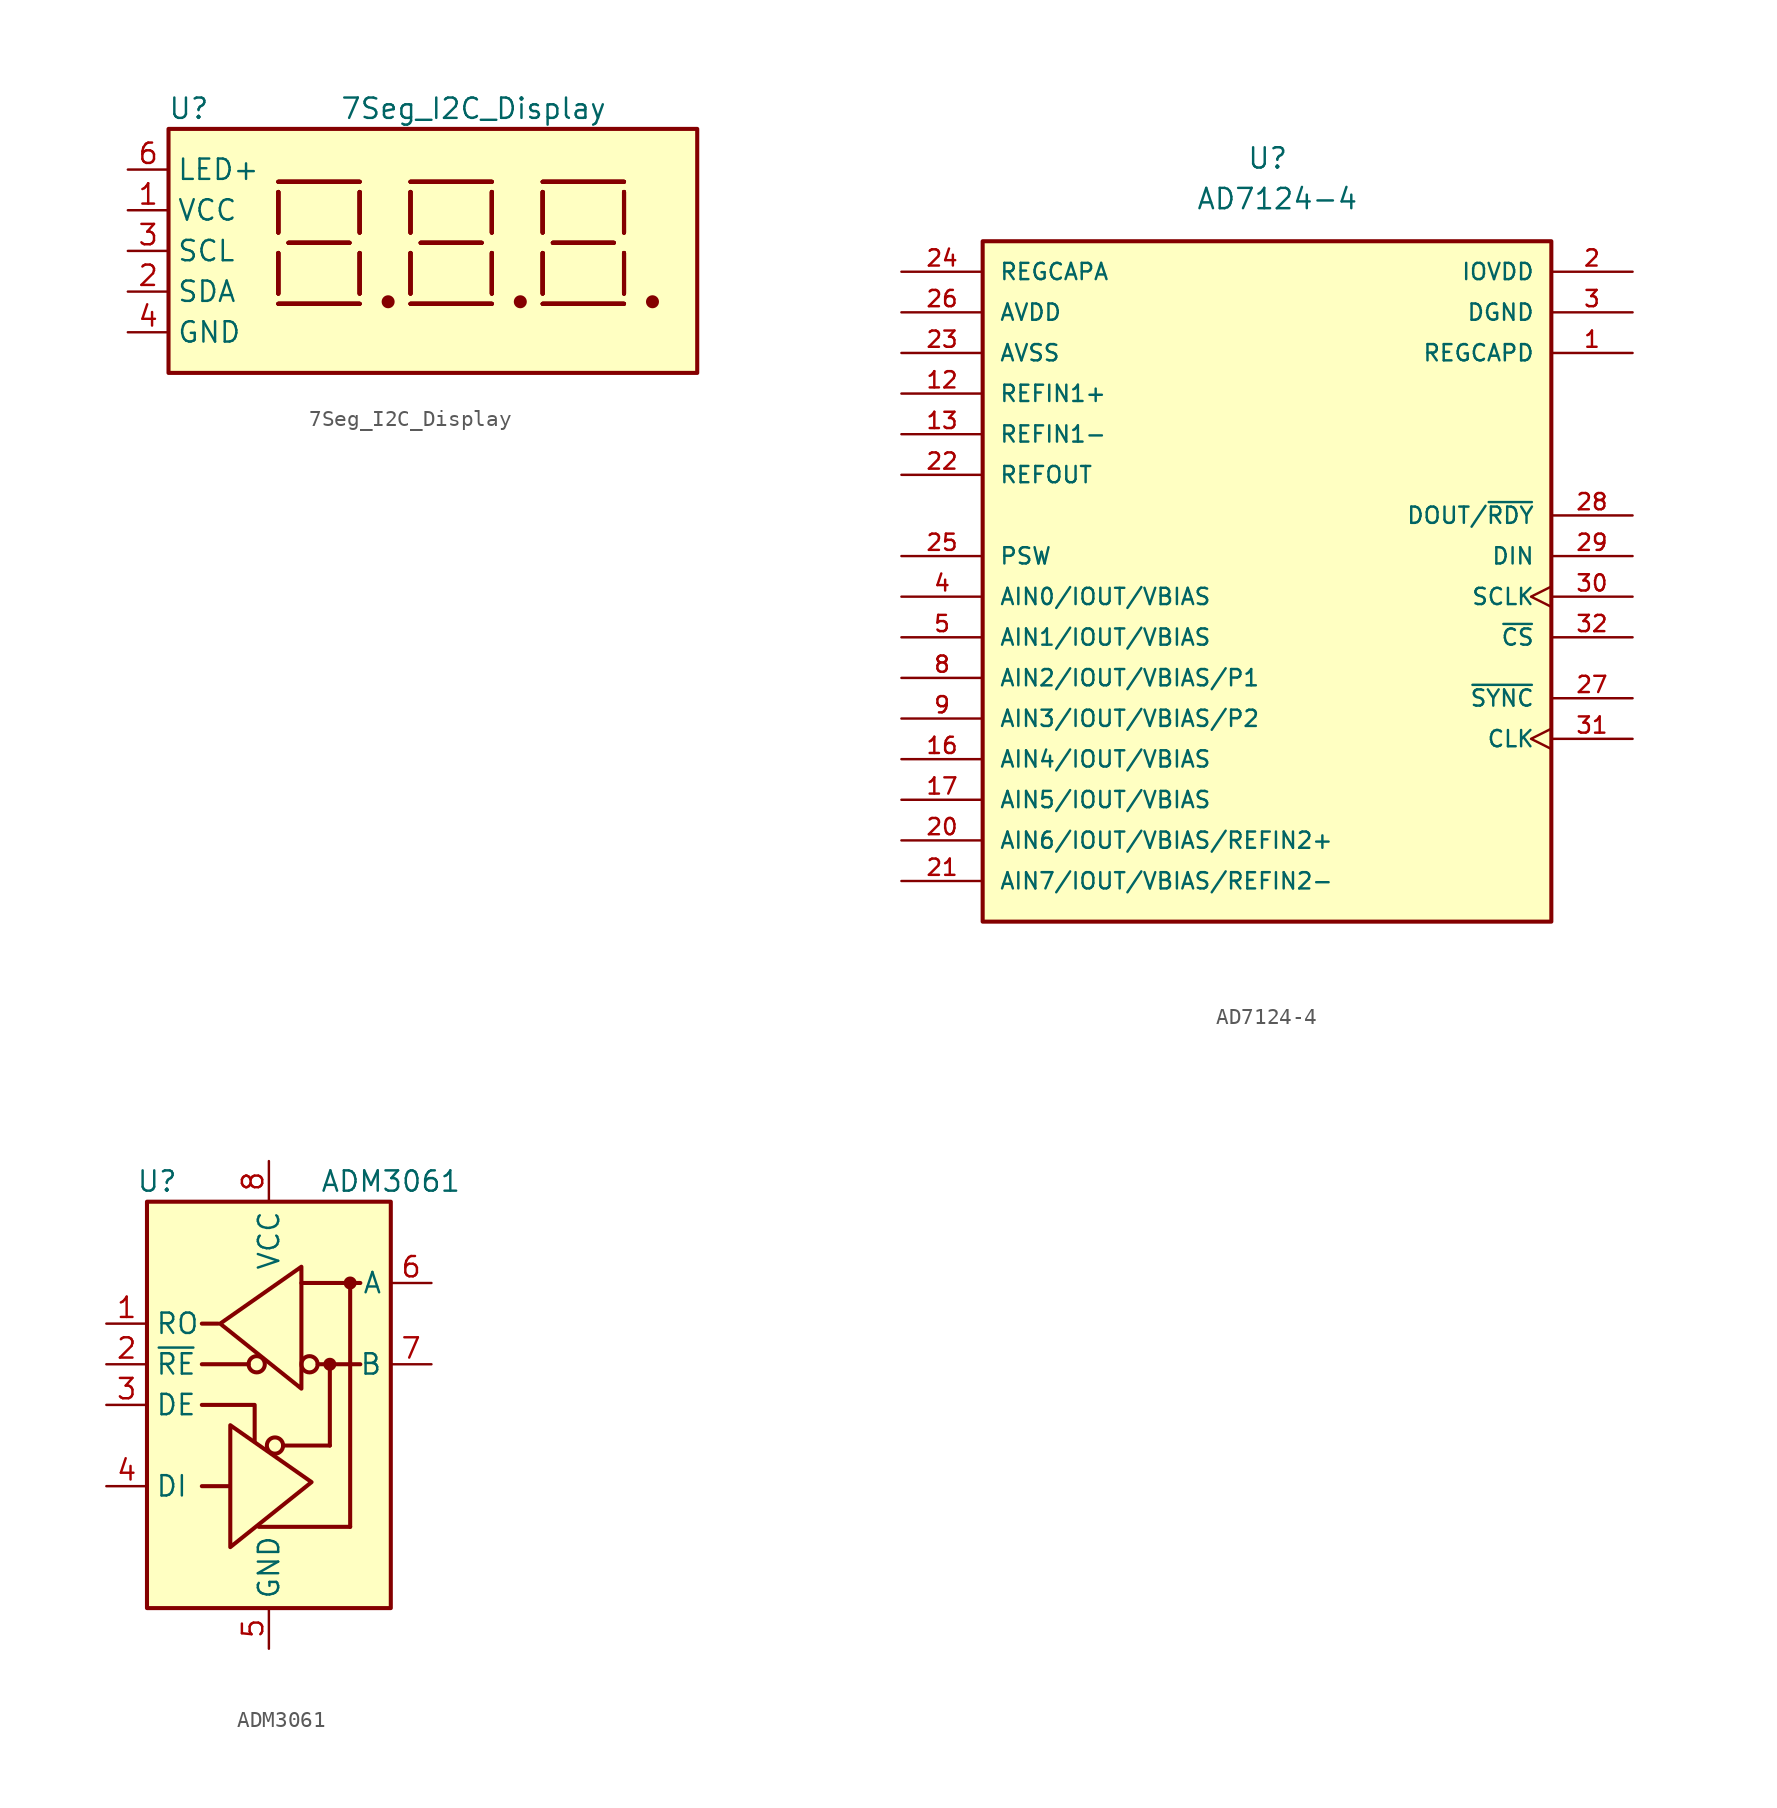
<source format=kicad_sym>
(kicad_symbol_lib
  (version 20211014)
  (generator kicad_symbol_editor)
  (symbol "ownLib:7Seg_I2C_Display"
    (property "Reference" "U"
      (at -11.43 8.89 0)
      (effects (font (size 1.27 1.27))))
    (property "Value" "7Seg_I2C_Display"
      (at 6.35 8.89 0)
      (effects (font (size 1.27 1.27))))
    (symbol "7Seg_I2C_Display_0_1"
      (rectangle (start -12.7 7.62) (end 20.32 -7.62) (stroke (width 0.254) (type default) (color 0 0 0 0)) (fill (type background)))
      (polyline (pts (xy -5.842 -3.302) (xy -0.762 -3.302)) (stroke (width 0.254) (type default) (color 0 0 0 0)) (fill (type none)))
      (polyline (pts (xy -5.842 -3.302) (xy -0.762 -3.302)) (stroke (width 0.254) (type default) (color 0 0 0 0)) (fill (type none)))
      (polyline (pts (xy -5.842 -3.302) (xy -0.762 -3.302)) (stroke (width 0.254) (type default) (color 0 0 0 0)) (fill (type none)))
      (polyline (pts (xy -5.842 -3.302) (xy -0.762 -3.302)) (stroke (width 0.254) (type default) (color 0 0 0 0)) (fill (type none)))
      (polyline (pts (xy -5.842 -2.667) (xy -5.842 -0.127)) (stroke (width 0.254) (type default) (color 0 0 0 0)) (fill (type none)))
      (polyline (pts (xy -5.842 -2.667) (xy -5.842 -0.127)) (stroke (width 0.254) (type default) (color 0 0 0 0)) (fill (type none)))
      (polyline (pts (xy -5.842 -2.667) (xy -5.842 -0.127)) (stroke (width 0.254) (type default) (color 0 0 0 0)) (fill (type none)))
      (polyline (pts (xy -5.842 -2.667) (xy -5.842 -0.127)) (stroke (width 0.254) (type default) (color 0 0 0 0)) (fill (type none)))
      (polyline (pts (xy -5.842 1.143) (xy -5.842 3.683)) (stroke (width 0.254) (type default) (color 0 0 0 0)) (fill (type none)))
      (polyline (pts (xy -5.842 1.143) (xy -5.842 3.683)) (stroke (width 0.254) (type default) (color 0 0 0 0)) (fill (type none)))
      (polyline (pts (xy -5.842 1.143) (xy -5.842 3.683)) (stroke (width 0.254) (type default) (color 0 0 0 0)) (fill (type none)))
      (polyline (pts (xy -5.842 1.143) (xy -5.842 3.683)) (stroke (width 0.254) (type default) (color 0 0 0 0)) (fill (type none)))
      (polyline (pts (xy -5.842 4.318) (xy -0.762 4.318)) (stroke (width 0.254) (type default) (color 0 0 0 0)) (fill (type none)))
      (polyline (pts (xy -5.842 4.318) (xy -0.762 4.318)) (stroke (width 0.254) (type default) (color 0 0 0 0)) (fill (type none)))
      (polyline (pts (xy -5.842 4.318) (xy -0.762 4.318)) (stroke (width 0.254) (type default) (color 0 0 0 0)) (fill (type none)))
      (polyline (pts (xy -5.842 4.318) (xy -0.762 4.318)) (stroke (width 0.254) (type default) (color 0 0 0 0)) (fill (type none)))
      (polyline (pts (xy -5.207 0.508) (xy -1.397 0.508)) (stroke (width 0.254) (type default) (color 0 0 0 0)) (fill (type none)))
      (polyline (pts (xy -5.207 0.508) (xy -1.397 0.508)) (stroke (width 0.254) (type default) (color 0 0 0 0)) (fill (type none)))
      (polyline (pts (xy -5.207 0.508) (xy -1.397 0.508)) (stroke (width 0.254) (type default) (color 0 0 0 0)) (fill (type none)))
      (polyline (pts (xy -5.207 0.508) (xy -1.397 0.508)) (stroke (width 0.254) (type default) (color 0 0 0 0)) (fill (type none)))
      (polyline (pts (xy -0.762 -2.667) (xy -0.762 -0.127)) (stroke (width 0.254) (type default) (color 0 0 0 0)) (fill (type none)))
      (polyline (pts (xy -0.762 -2.667) (xy -0.762 -0.127)) (stroke (width 0.254) (type default) (color 0 0 0 0)) (fill (type none)))
      (polyline (pts (xy -0.762 -2.667) (xy -0.762 -0.127)) (stroke (width 0.254) (type default) (color 0 0 0 0)) (fill (type none)))
      (polyline (pts (xy -0.762 -2.667) (xy -0.762 -0.127)) (stroke (width 0.254) (type default) (color 0 0 0 0)) (fill (type none)))
      (polyline (pts (xy -0.762 3.683) (xy -0.762 1.143)) (stroke (width 0.254) (type default) (color 0 0 0 0)) (fill (type none)))
      (polyline (pts (xy -0.762 3.683) (xy -0.762 1.143)) (stroke (width 0.254) (type default) (color 0 0 0 0)) (fill (type none)))
      (polyline (pts (xy -0.762 3.683) (xy -0.762 1.143)) (stroke (width 0.254) (type default) (color 0 0 0 0)) (fill (type none)))
      (polyline (pts (xy -0.762 3.683) (xy -0.762 1.143)) (stroke (width 0.254) (type default) (color 0 0 0 0)) (fill (type none)))
      (circle (center 1.016 -3.175) (radius 0.279) (stroke (width 0.254) (type default) (color 0 0 0 0)) (fill (type outline))))
    (symbol "7Seg_I2C_Display_1_1"
      (polyline (pts (xy 2.413 -3.302) (xy 7.493 -3.302)) (stroke (width 0.254) (type default) (color 0 0 0 0)) (fill (type none)))
      (polyline (pts (xy 2.413 -3.302) (xy 7.493 -3.302)) (stroke (width 0.254) (type default) (color 0 0 0 0)) (fill (type none)))
      (polyline (pts (xy 2.413 -3.302) (xy 7.493 -3.302)) (stroke (width 0.254) (type default) (color 0 0 0 0)) (fill (type none)))
      (polyline (pts (xy 2.413 -3.302) (xy 7.493 -3.302)) (stroke (width 0.254) (type default) (color 0 0 0 0)) (fill (type none)))
      (polyline (pts (xy 2.413 -2.667) (xy 2.413 -0.127)) (stroke (width 0.254) (type default) (color 0 0 0 0)) (fill (type none)))
      (polyline (pts (xy 2.413 -2.667) (xy 2.413 -0.127)) (stroke (width 0.254) (type default) (color 0 0 0 0)) (fill (type none)))
      (polyline (pts (xy 2.413 -2.667) (xy 2.413 -0.127)) (stroke (width 0.254) (type default) (color 0 0 0 0)) (fill (type none)))
      (polyline (pts (xy 2.413 -2.667) (xy 2.413 -0.127)) (stroke (width 0.254) (type default) (color 0 0 0 0)) (fill (type none)))
      (polyline (pts (xy 2.413 1.143) (xy 2.413 3.683)) (stroke (width 0.254) (type default) (color 0 0 0 0)) (fill (type none)))
      (polyline (pts (xy 2.413 1.143) (xy 2.413 3.683)) (stroke (width 0.254) (type default) (color 0 0 0 0)) (fill (type none)))
      (polyline (pts (xy 2.413 1.143) (xy 2.413 3.683)) (stroke (width 0.254) (type default) (color 0 0 0 0)) (fill (type none)))
      (polyline (pts (xy 2.413 1.143) (xy 2.413 3.683)) (stroke (width 0.254) (type default) (color 0 0 0 0)) (fill (type none)))
      (polyline (pts (xy 2.413 4.318) (xy 7.493 4.318)) (stroke (width 0.254) (type default) (color 0 0 0 0)) (fill (type none)))
      (polyline (pts (xy 2.413 4.318) (xy 7.493 4.318)) (stroke (width 0.254) (type default) (color 0 0 0 0)) (fill (type none)))
      (polyline (pts (xy 2.413 4.318) (xy 7.493 4.318)) (stroke (width 0.254) (type default) (color 0 0 0 0)) (fill (type none)))
      (polyline (pts (xy 2.413 4.318) (xy 7.493 4.318)) (stroke (width 0.254) (type default) (color 0 0 0 0)) (fill (type none)))
      (polyline (pts (xy 3.048 0.508) (xy 6.858 0.508)) (stroke (width 0.254) (type default) (color 0 0 0 0)) (fill (type none)))
      (polyline (pts (xy 3.048 0.508) (xy 6.858 0.508)) (stroke (width 0.254) (type default) (color 0 0 0 0)) (fill (type none)))
      (polyline (pts (xy 3.048 0.508) (xy 6.858 0.508)) (stroke (width 0.254) (type default) (color 0 0 0 0)) (fill (type none)))
      (polyline (pts (xy 3.048 0.508) (xy 6.858 0.508)) (stroke (width 0.254) (type default) (color 0 0 0 0)) (fill (type none)))
      (polyline (pts (xy 7.493 -2.667) (xy 7.493 -0.127)) (stroke (width 0.254) (type default) (color 0 0 0 0)) (fill (type none)))
      (polyline (pts (xy 7.493 -2.667) (xy 7.493 -0.127)) (stroke (width 0.254) (type default) (color 0 0 0 0)) (fill (type none)))
      (polyline (pts (xy 7.493 -2.667) (xy 7.493 -0.127)) (stroke (width 0.254) (type default) (color 0 0 0 0)) (fill (type none)))
      (polyline (pts (xy 7.493 -2.667) (xy 7.493 -0.127)) (stroke (width 0.254) (type default) (color 0 0 0 0)) (fill (type none)))
      (polyline (pts (xy 7.493 3.683) (xy 7.493 1.143)) (stroke (width 0.254) (type default) (color 0 0 0 0)) (fill (type none)))
      (polyline (pts (xy 7.493 3.683) (xy 7.493 1.143)) (stroke (width 0.254) (type default) (color 0 0 0 0)) (fill (type none)))
      (polyline (pts (xy 7.493 3.683) (xy 7.493 1.143)) (stroke (width 0.254) (type default) (color 0 0 0 0)) (fill (type none)))
      (polyline (pts (xy 7.493 3.683) (xy 7.493 1.143)) (stroke (width 0.254) (type default) (color 0 0 0 0)) (fill (type none)))
      (polyline (pts (xy 10.668 -3.302) (xy 15.748 -3.302)) (stroke (width 0.254) (type default) (color 0 0 0 0)) (fill (type none)))
      (polyline (pts (xy 10.668 -3.302) (xy 15.748 -3.302)) (stroke (width 0.254) (type default) (color 0 0 0 0)) (fill (type none)))
      (polyline (pts (xy 10.668 -3.302) (xy 15.748 -3.302)) (stroke (width 0.254) (type default) (color 0 0 0 0)) (fill (type none)))
      (polyline (pts (xy 10.668 -3.302) (xy 15.748 -3.302)) (stroke (width 0.254) (type default) (color 0 0 0 0)) (fill (type none)))
      (polyline (pts (xy 10.668 -2.667) (xy 10.668 -0.127)) (stroke (width 0.254) (type default) (color 0 0 0 0)) (fill (type none)))
      (polyline (pts (xy 10.668 -2.667) (xy 10.668 -0.127)) (stroke (width 0.254) (type default) (color 0 0 0 0)) (fill (type none)))
      (polyline (pts (xy 10.668 -2.667) (xy 10.668 -0.127)) (stroke (width 0.254) (type default) (color 0 0 0 0)) (fill (type none)))
      (polyline (pts (xy 10.668 -2.667) (xy 10.668 -0.127)) (stroke (width 0.254) (type default) (color 0 0 0 0)) (fill (type none)))
      (polyline (pts (xy 10.668 1.143) (xy 10.668 3.683)) (stroke (width 0.254) (type default) (color 0 0 0 0)) (fill (type none)))
      (polyline (pts (xy 10.668 1.143) (xy 10.668 3.683)) (stroke (width 0.254) (type default) (color 0 0 0 0)) (fill (type none)))
      (polyline (pts (xy 10.668 1.143) (xy 10.668 3.683)) (stroke (width 0.254) (type default) (color 0 0 0 0)) (fill (type none)))
      (polyline (pts (xy 10.668 1.143) (xy 10.668 3.683)) (stroke (width 0.254) (type default) (color 0 0 0 0)) (fill (type none)))
      (polyline (pts (xy 10.668 4.318) (xy 15.748 4.318)) (stroke (width 0.254) (type default) (color 0 0 0 0)) (fill (type none)))
      (polyline (pts (xy 10.668 4.318) (xy 15.748 4.318)) (stroke (width 0.254) (type default) (color 0 0 0 0)) (fill (type none)))
      (polyline (pts (xy 10.668 4.318) (xy 15.748 4.318)) (stroke (width 0.254) (type default) (color 0 0 0 0)) (fill (type none)))
      (polyline (pts (xy 10.668 4.318) (xy 15.748 4.318)) (stroke (width 0.254) (type default) (color 0 0 0 0)) (fill (type none)))
      (polyline (pts (xy 11.303 0.508) (xy 15.113 0.508)) (stroke (width 0.254) (type default) (color 0 0 0 0)) (fill (type none)))
      (polyline (pts (xy 11.303 0.508) (xy 15.113 0.508)) (stroke (width 0.254) (type default) (color 0 0 0 0)) (fill (type none)))
      (polyline (pts (xy 11.303 0.508) (xy 15.113 0.508)) (stroke (width 0.254) (type default) (color 0 0 0 0)) (fill (type none)))
      (polyline (pts (xy 11.303 0.508) (xy 15.113 0.508)) (stroke (width 0.254) (type default) (color 0 0 0 0)) (fill (type none)))
      (polyline (pts (xy 15.748 -2.667) (xy 15.748 -0.127)) (stroke (width 0.254) (type default) (color 0 0 0 0)) (fill (type none)))
      (polyline (pts (xy 15.748 -2.667) (xy 15.748 -0.127)) (stroke (width 0.254) (type default) (color 0 0 0 0)) (fill (type none)))
      (polyline (pts (xy 15.748 -2.667) (xy 15.748 -0.127)) (stroke (width 0.254) (type default) (color 0 0 0 0)) (fill (type none)))
      (polyline (pts (xy 15.748 -2.667) (xy 15.748 -0.127)) (stroke (width 0.254) (type default) (color 0 0 0 0)) (fill (type none)))
      (polyline (pts (xy 15.748 3.683) (xy 15.748 1.143)) (stroke (width 0.254) (type default) (color 0 0 0 0)) (fill (type none)))
      (polyline (pts (xy 15.748 3.683) (xy 15.748 1.143)) (stroke (width 0.254) (type default) (color 0 0 0 0)) (fill (type none)))
      (polyline (pts (xy 15.748 3.683) (xy 15.748 1.143)) (stroke (width 0.254) (type default) (color 0 0 0 0)) (fill (type none)))
      (polyline (pts (xy 15.748 3.683) (xy 15.748 1.143)) (stroke (width 0.254) (type default) (color 0 0 0 0)) (fill (type none)))
      (circle (center 9.271 -3.175) (radius 0.279) (stroke (width 0.254) (type default) (color 0 0 0 0)) (fill (type outline)))
      (circle (center 17.526 -3.175) (radius 0.279) (stroke (width 0.254) (type default) (color 0 0 0 0)) (fill (type outline)))
      (pin power_in line (at -15.24 2.54 0) (length 2.54) (name "VCC" (effects (font (size 1.27 1.27)))) (number "1" (effects (font (size 1.27 1.27)))))
      (pin bidirectional line (at -15.24 -2.54 0) (length 2.54) (name "SDA" (effects (font (size 1.27 1.27)))) (number "2" (effects (font (size 1.27 1.27)))))
      (pin input line (at -15.24 0 0) (length 2.54) (name "SCL" (effects (font (size 1.27 1.27)))) (number "3" (effects (font (size 1.27 1.27)))))
      (pin power_in line (at -15.24 -5.08 0) (length 2.54) (name "GND" (effects (font (size 1.27 1.27)))) (number "4" (effects (font (size 1.27 1.27)))))
      (pin passive line (at -15.24 -5.08 0) (length 2.54) hide (name "GND" (effects (font (size 1.27 1.27)))) (number "5" (effects (font (size 1.27 1.27)))))
      (pin power_in line (at -15.24 5.08 0) (length 2.54) (name "LED+" (effects (font (size 1.27 1.27)))) (number "6" (effects (font (size 1.27 1.27)))))))
  (symbol "ownLib:AD7124-4"
    (pin_names
      (offset 1.016))
    (property "Reference" "U"
      (at -1.27 25.4 0)
      (effects (font (size 1.27 1.27)) (justify left bottom)))
    (property "Value" "AD7124-4"
      (at -4.445 22.86 0)
      (effects (font (size 1.27 1.27)) (justify left bottom)))
    (symbol "AD7124-4_0_0"
      (rectangle (start -17.78 20.955) (end 17.78 -21.59) (stroke (width 0.254) (type default) (color 0 0 0 0)) (fill (type background)))
      (pin output line (at 22.86 13.97 180) (length 5.08) (name "REGCAPD" (effects (font (size 1.016 1.016)))) (number "1" (effects (font (size 1.016 1.016)))))
      (pin input line (at -22.86 11.43 0) (length 5.08) (name "REFIN1+" (effects (font (size 1.016 1.016)))) (number "12" (effects (font (size 1.016 1.016)))))
      (pin input line (at -22.86 8.89 0) (length 5.08) (name "REFIN1-" (effects (font (size 1.016 1.016)))) (number "13" (effects (font (size 1.016 1.016)))))
      (pin bidirectional line (at -22.86 -11.43 0) (length 5.08) (name "AIN4/IOUT/VBIAS" (effects (font (size 1.016 1.016)))) (number "16" (effects (font (size 1.016 1.016)))))
      (pin bidirectional line (at -22.86 -13.97 0) (length 5.08) (name "AIN5/IOUT/VBIAS" (effects (font (size 1.016 1.016)))) (number "17" (effects (font (size 1.016 1.016)))))
      (pin power_in line (at 22.86 19.05 180) (length 5.08) (name "IOVDD" (effects (font (size 1.016 1.016)))) (number "2" (effects (font (size 1.016 1.016)))))
      (pin bidirectional line (at -22.86 -16.51 0) (length 5.08) (name "AIN6/IOUT/VBIAS/REFIN2+" (effects (font (size 1.016 1.016)))) (number "20" (effects (font (size 1.016 1.016)))))
      (pin bidirectional line (at -22.86 -19.05 0) (length 5.08) (name "AIN7/IOUT/VBIAS/REFIN2-" (effects (font (size 1.016 1.016)))) (number "21" (effects (font (size 1.016 1.016)))))
      (pin output line (at -22.86 6.35 0) (length 5.08) (name "REFOUT" (effects (font (size 1.016 1.016)))) (number "22" (effects (font (size 1.016 1.016)))))
      (pin input line (at -22.86 13.97 0) (length 5.08) (name "AVSS" (effects (font (size 1.016 1.016)))) (number "23" (effects (font (size 1.016 1.016)))))
      (pin output line (at -22.86 19.05 0) (length 5.08) (name "REGCAPA" (effects (font (size 1.016 1.016)))) (number "24" (effects (font (size 1.016 1.016)))))
      (pin power_in line (at -22.86 1.27 0) (length 5.08) (name "PSW" (effects (font (size 1.016 1.016)))) (number "25" (effects (font (size 1.016 1.016)))))
      (pin power_in line (at -22.86 16.51 0) (length 5.08) (name "AVDD" (effects (font (size 1.016 1.016)))) (number "26" (effects (font (size 1.016 1.016)))))
      (pin input line (at 22.86 -7.62 180) (length 5.08) (name "~{SYNC}" (effects (font (size 1.016 1.016)))) (number "27" (effects (font (size 1.016 1.016)))))
      (pin output line (at 22.86 3.81 180) (length 5.08) (name "DOUT/~{RDY}" (effects (font (size 1.016 1.016)))) (number "28" (effects (font (size 1.016 1.016)))))
      (pin input line (at 22.86 1.27 180) (length 5.08) (name "DIN" (effects (font (size 1.016 1.016)))) (number "29" (effects (font (size 1.016 1.016)))))
      (pin power_in line (at 22.86 16.51 180) (length 5.08) (name "DGND" (effects (font (size 1.016 1.016)))) (number "3" (effects (font (size 1.016 1.016)))))
      (pin input clock (at 22.86 -1.27 180) (length 5.08) (name "SCLK" (effects (font (size 1.016 1.016)))) (number "30" (effects (font (size 1.016 1.016)))))
      (pin bidirectional clock (at 22.86 -10.16 180) (length 5.08) (name "CLK" (effects (font (size 1.016 1.016)))) (number "31" (effects (font (size 1.016 1.016)))))
      (pin input line (at 22.86 -3.81 180) (length 5.08) (name "~{CS}" (effects (font (size 1.016 1.016)))) (number "32" (effects (font (size 1.016 1.016)))))
      (pin passive line (at -22.86 13.97 0) (length 5.08) hide (name "AVSS" (effects (font (size 1.016 1.016)))) (number "33" (effects (font (size 1.016 1.016)))))
      (pin bidirectional line (at -22.86 -1.27 0) (length 5.08) (name "AIN0/IOUT/VBIAS" (effects (font (size 1.016 1.016)))) (number "4" (effects (font (size 1.016 1.016)))))
      (pin bidirectional line (at -22.86 -3.81 0) (length 5.08) (name "AIN1/IOUT/VBIAS" (effects (font (size 1.016 1.016)))) (number "5" (effects (font (size 1.016 1.016)))))
      (pin bidirectional line (at -22.86 -6.35 0) (length 5.08) (name "AIN2/IOUT/VBIAS/P1" (effects (font (size 1.016 1.016)))) (number "8" (effects (font (size 1.016 1.016)))))
      (pin bidirectional line (at -22.86 -8.89 0) (length 5.08) (name "AIN3/IOUT/VBIAS/P2" (effects (font (size 1.016 1.016)))) (number "9" (effects (font (size 1.016 1.016)))))))
  (symbol "ownLib:ADM3061"
    (property "Reference" "U"
      (at -6.985 13.97 0)
      (effects (font (size 1.27 1.27))))
    (property "Value" "ADM3061"
      (at 7.62 13.97 0)
      (effects (font (size 1.27 1.27))))
    (symbol "ADM3061_0_1"
      (rectangle (start -7.62 12.7) (end 7.62 -12.7) (stroke (width 0.254) (type default) (color 0 0 0 0)) (fill (type background)))
      (polyline (pts (xy -4.191 2.54) (xy -1.27 2.54)) (stroke (width 0.254) (type default) (color 0 0 0 0)) (fill (type none)))
      (polyline (pts (xy -2.54 -5.08) (xy -4.191 -5.08)) (stroke (width 0.254) (type default) (color 0 0 0 0)) (fill (type none)))
      (polyline (pts (xy -0.635 -7.62) (xy 5.08 -7.62)) (stroke (width 0.254) (type default) (color 0 0 0 0)) (fill (type none)))
      (polyline (pts (xy 0.889 -2.54) (xy 3.81 -2.54)) (stroke (width 0.254) (type default) (color 0 0 0 0)) (fill (type none)))
      (polyline (pts (xy 2.032 7.62) (xy 5.715 7.62)) (stroke (width 0.254) (type default) (color 0 0 0 0)) (fill (type none)))
      (polyline (pts (xy 3.048 2.54) (xy 5.715 2.54)) (stroke (width 0.254) (type default) (color 0 0 0 0)) (fill (type none)))
      (polyline (pts (xy 3.81 -2.54) (xy 3.81 2.54)) (stroke (width 0.254) (type default) (color 0 0 0 0)) (fill (type none)))
      (polyline (pts (xy 5.08 -7.62) (xy 5.08 7.62)) (stroke (width 0.254) (type default) (color 0 0 0 0)) (fill (type none)))
      (polyline (pts (xy -4.191 0) (xy -0.889 0) (xy -0.889 -2.286)) (stroke (width 0.254) (type default) (color 0 0 0 0)) (fill (type none)))
      (polyline (pts (xy -3.175 5.08) (xy -4.191 5.08) (xy -4.064 5.08)) (stroke (width 0.254) (type default) (color 0 0 0 0)) (fill (type none)))
      (polyline (pts (xy -2.413 -5.08) (xy -2.413 -1.27) (xy 2.667 -4.826) (xy -2.413 -8.89) (xy -2.413 -5.08)) (stroke (width 0.254) (type default) (color 0 0 0 0)) (fill (type none)))
      (circle (center 0.381 -2.54) (radius 0.508) (stroke (width 0.254) (type default) (color 0 0 0 0)) (fill (type none)))
      (circle (center 3.81 2.54) (radius 0.279) (stroke (width 0.254) (type default) (color 0 0 0 0)) (fill (type outline))))
    (symbol "ADM3061_1_1"
      (circle (center -0.762 2.54) (radius 0.508) (stroke (width 0.254) (type default) (color 0 0 0 0)) (fill (type none)))
      (polyline (pts (xy 2.032 4.826) (xy 2.032 8.636) (xy -3.048 5.08) (xy 2.032 1.016) (xy 2.032 4.826)) (stroke (width 0.254) (type default) (color 0 0 0 0)) (fill (type none)))
      (circle (center 2.54 2.54) (radius 0.508) (stroke (width 0.254) (type default) (color 0 0 0 0)) (fill (type none)))
      (circle (center 5.08 7.62) (radius 0.279) (stroke (width 0.254) (type default) (color 0 0 0 0)) (fill (type outline)))
      (pin output line (at -10.16 5.08 0) (length 2.54) (name "RO" (effects (font (size 1.27 1.27)))) (number "1" (effects (font (size 1.27 1.27)))))
      (pin input line (at -10.16 2.54 0) (length 2.54) (name "~{RE}" (effects (font (size 1.27 1.27)))) (number "2" (effects (font (size 1.27 1.27)))))
      (pin input line (at -10.16 0 0) (length 2.54) (name "DE" (effects (font (size 1.27 1.27)))) (number "3" (effects (font (size 1.27 1.27)))))
      (pin input line (at -10.16 -5.08 0) (length 2.54) (name "DI" (effects (font (size 1.27 1.27)))) (number "4" (effects (font (size 1.27 1.27)))))
      (pin power_in line (at 0 -15.24 90) (length 2.54) (name "GND" (effects (font (size 1.27 1.27)))) (number "5" (effects (font (size 1.27 1.27)))))
      (pin bidirectional line (at 10.16 7.62 180) (length 2.54) (name "A" (effects (font (size 1.27 1.27)))) (number "6" (effects (font (size 1.27 1.27)))))
      (pin bidirectional line (at 10.16 2.54 180) (length 2.54) (name "B" (effects (font (size 1.27 1.27)))) (number "7" (effects (font (size 1.27 1.27)))))
      (pin power_in line (at 0 15.24 270) (length 2.54) (name "VCC" (effects (font (size 1.27 1.27)))) (number "8" (effects (font (size 1.27 1.27))))))))
</source>
